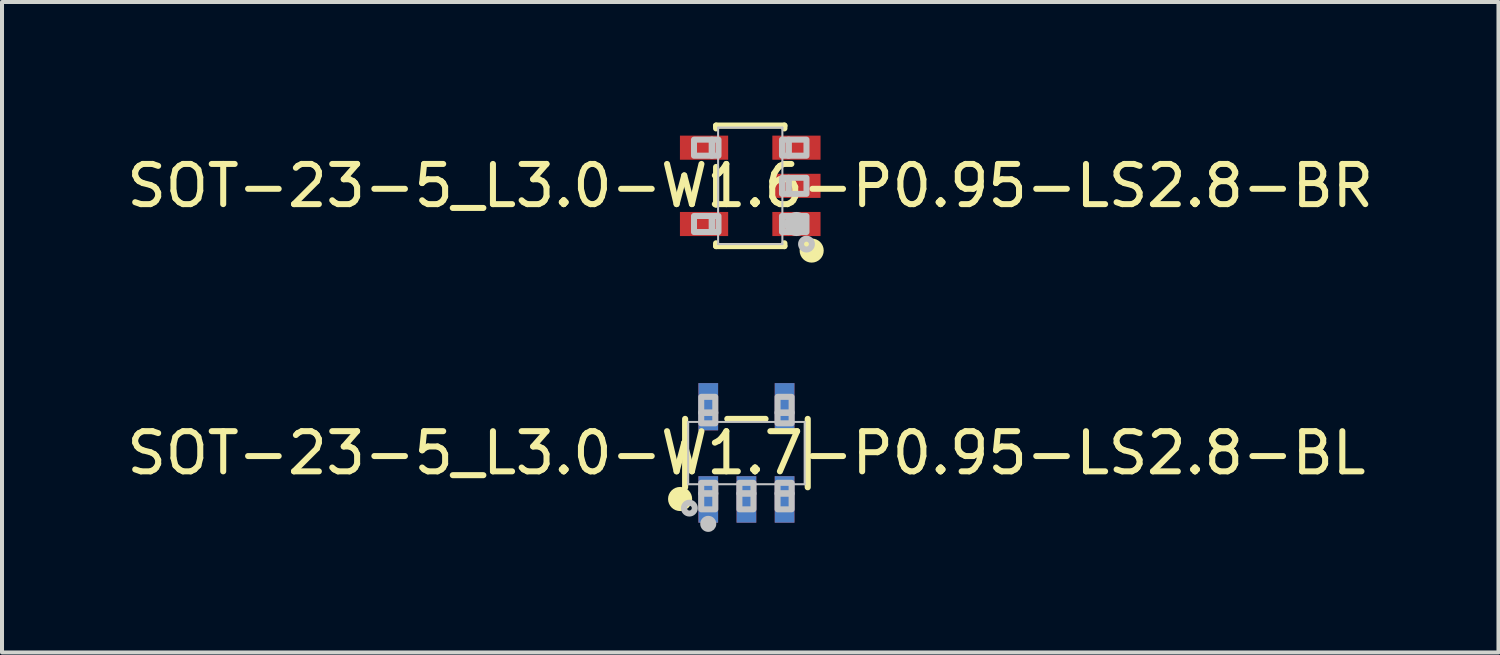
<source format=kicad_pcb>
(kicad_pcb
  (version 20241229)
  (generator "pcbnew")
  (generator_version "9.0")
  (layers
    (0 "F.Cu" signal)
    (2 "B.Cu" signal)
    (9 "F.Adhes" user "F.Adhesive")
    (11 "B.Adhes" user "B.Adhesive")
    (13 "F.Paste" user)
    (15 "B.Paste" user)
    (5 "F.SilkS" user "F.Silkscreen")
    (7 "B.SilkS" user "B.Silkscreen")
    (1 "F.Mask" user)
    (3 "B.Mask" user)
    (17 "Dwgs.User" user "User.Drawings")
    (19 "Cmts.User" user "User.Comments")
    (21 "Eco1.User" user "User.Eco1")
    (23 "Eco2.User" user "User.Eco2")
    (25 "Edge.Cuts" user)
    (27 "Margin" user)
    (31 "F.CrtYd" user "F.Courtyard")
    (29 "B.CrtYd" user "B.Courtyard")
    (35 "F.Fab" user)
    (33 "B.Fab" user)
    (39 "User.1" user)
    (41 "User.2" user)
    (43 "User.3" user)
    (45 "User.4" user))
  (footprint "SOT-23-5_L3.0-W1.7-P0.95-LS2.8-BL"
    (layer "F.Cu")
    (at 15.53 8.228)
    (property "Reference" "SOT-23-5_L3.0-W1.7-P0.95-LS2.8-BL" (at 0 0 0) (layer "F.SilkS") (effects (font (size 1 1) (thickness 0.15))))
    (fp_line (start -1.526 0.851) (end -1.526 -0.851) (stroke (width 0.152) (type solid)) (layer "F.SilkS"))
    (fp_line (start 0.476 -0.851) (end -0.476 -0.851) (stroke (width 0.152) (type solid)) (layer "F.SilkS"))
    (fp_line (start 1.526 0.851) (end 1.526 -0.851) (stroke (width 0.152) (type solid)) (layer "F.SilkS"))
    (fp_circle (center -1.651 1.143) (end -1.501 1.143) (stroke (width 0.3) (type solid)) (fill no) (layer "F.SilkS"))
    (fp_line (start -1.45 -0.775) (end 1.45 -0.775) (stroke (width 0.051) (type solid)) (layer "Dwgs.User"))
    (fp_line (start -1.45 0.775) (end -1.45 -0.775) (stroke (width 0.051) (type solid)) (layer "Dwgs.User"))
    (fp_line (start 1.45 -0.775) (end 1.45 0.775) (stroke (width 0.051) (type solid)) (layer "Dwgs.User"))
    (fp_line (start 1.45 0.775) (end -1.45 0.775) (stroke (width 0.051) (type solid)) (layer "Dwgs.User"))
    (fp_circle (center -1.42 1.37) (end -1.36 1.37) (stroke (width 0.15) (type solid)) (fill no) (layer "Dwgs.User"))
    (fp_circle (center -0.95 1.762) (end -0.85 1.762) (stroke (width 0.2) (type solid)) (fill no) (layer "Dwgs.User"))
    (fp_poly (pts (xy -1.125 -1) (xy -1.125 -1.4) (xy -0.775 -1.4) (xy -0.775 -1) (xy -1.125 -1)) (stroke (width 0.15) (type solid)) (fill no) (layer "Dwgs.User"))
    (fp_poly (pts (xy -1.125 -0.74) (xy -1.125 -1.01) (xy -0.775 -1.01) (xy -0.775 -0.74) (xy -1.125 -0.74)) (stroke (width 0.15) (type solid)) (fill no) (layer "Dwgs.User"))
    (fp_poly (pts (xy -1.125 1.01) (xy -1.125 0.74) (xy -0.775 0.74) (xy -0.775 1.01) (xy -1.125 1.01)) (stroke (width 0.15) (type solid)) (fill no) (layer "Dwgs.User"))
    (fp_poly (pts (xy -1.125 1.4) (xy -1.125 1) (xy -0.775 1) (xy -0.775 1.4) (xy -1.125 1.4)) (stroke (width 0.15) (type solid)) (fill no) (layer "Dwgs.User"))
    (fp_poly (pts (xy -0.175 1.01) (xy -0.175 0.74) (xy 0.175 0.74) (xy 0.175 1.01) (xy -0.175 1.01)) (stroke (width 0.15) (type solid)) (fill no) (layer "Dwgs.User"))
    (fp_poly (pts (xy -0.175 1.4) (xy -0.175 1) (xy 0.175 1) (xy 0.175 1.4) (xy -0.175 1.4)) (stroke (width 0.15) (type solid)) (fill no) (layer "Dwgs.User"))
    (fp_poly (pts (xy 0.775 -1) (xy 0.775 -1.4) (xy 1.125 -1.4) (xy 1.125 -1) (xy 0.775 -1)) (stroke (width 0.15) (type solid)) (fill no) (layer "Dwgs.User"))
    (fp_poly (pts (xy 0.775 -0.74) (xy 0.775 -1.01) (xy 1.125 -1.01) (xy 1.125 -0.74) (xy 0.775 -0.74)) (stroke (width 0.15) (type solid)) (fill no) (layer "Dwgs.User"))
    (fp_poly (pts (xy 0.775 1.01) (xy 0.775 0.74) (xy 1.125 0.74) (xy 1.125 1.01) (xy 0.775 1.01)) (stroke (width 0.15) (type solid)) (fill no) (layer "Dwgs.User"))
    (fp_poly (pts (xy 0.775 1.4) (xy 0.775 1) (xy 1.125 1) (xy 1.125 1.4) (xy 0.775 1.4)) (stroke (width 0.15) (type solid)) (fill no) (layer "Dwgs.User"))
    (pad "1" thru_hole rect (at -0.95 1.154) (size 0.49 1.157) (layers "F.Cu" "F.Mask" "F.Paste"))
    (pad "2" thru_hole rect (at 0 1.154) (size 0.49 1.157) (layers "F.Cu" "F.Mask" "F.Paste"))
    (pad "3" thru_hole rect (at 0.95 1.154) (size 0.49 1.157) (layers "F.Cu" "F.Mask" "F.Paste"))
    (pad "4" thru_hole rect (at 0.95 -1.154) (size 0.49 1.175) (layers "F.Cu" "F.Mask" "F.Paste"))
    (pad "5" thru_hole rect (at -0.95 -1.154) (size 0.49 1.175) (layers "F.Cu" "F.Mask" "F.Paste")))
  (footprint "SOT-23-5_L3.0-W1.6-P0.95-LS2.8-BR"
    (layer "F.Cu")
    (at 15.625 1.576)
    (property "Reference" "SOT-23-5_L3.0-W1.6-P0.95-LS2.8-BR" (at 0 0 0) (layer "F.SilkS") (effects (font (size 1 1) (thickness 0.15))))
    (fp_line (start -0.85 -1.5) (end 0.85 -1.5) (stroke (width 0.152) (type solid)) (layer "F.SilkS"))
    (fp_line (start -0.85 -1.43) (end -0.85 -1.5) (stroke (width 0.152) (type solid)) (layer "F.SilkS"))
    (fp_line (start -0.85 0.47) (end -0.85 -0.47) (stroke (width 0.152) (type solid)) (layer "F.SilkS"))
    (fp_line (start -0.85 1.5) (end -0.85 1.43) (stroke (width 0.152) (type solid)) (layer "F.SilkS"))
    (fp_line (start 0.85 -1.5) (end 0.85 -1.43) (stroke (width 0.152) (type solid)) (layer "F.SilkS"))
    (fp_line (start 0.85 1.43) (end 0.85 1.5) (stroke (width 0.152) (type solid)) (layer "F.SilkS"))
    (fp_line (start 0.85 1.5) (end -0.85 1.5) (stroke (width 0.152) (type solid)) (layer "F.SilkS"))
    (fp_circle (center 1.529 1.611) (end 1.679 1.611) (stroke (width 0.3) (type solid)) (fill no) (layer "F.SilkS"))
    (fp_line (start -0.8 -1.45) (end 0.8 -1.45) (stroke (width 0.051) (type solid)) (layer "Dwgs.User"))
    (fp_line (start -0.8 1.45) (end -0.8 -1.45) (stroke (width 0.051) (type solid)) (layer "Dwgs.User"))
    (fp_line (start 0.8 -1.45) (end 0.8 1.45) (stroke (width 0.051) (type solid)) (layer "Dwgs.User"))
    (fp_line (start 0.8 1.45) (end -0.8 1.45) (stroke (width 0.051) (type solid)) (layer "Dwgs.User"))
    (fp_circle (center 1.15 0.95) (end 1.3 0.95) (stroke (width 0.3) (type solid)) (fill no) (layer "Dwgs.User"))
    (fp_circle (center 1.4 1.45) (end 1.46 1.45) (stroke (width 0.15) (type solid)) (fill no) (layer "Dwgs.User"))
    (fp_poly (pts (xy -1.4 -0.75) (xy -1.4 -1.15) (xy -0.95 -1.15) (xy -0.95 -0.75) (xy -1.4 -0.75)) (stroke (width 0.15) (type solid)) (fill no) (layer "Dwgs.User"))
    (fp_poly (pts (xy -1.4 1.15) (xy -1.4 0.75) (xy -0.95 0.75) (xy -0.95 1.15) (xy -1.4 1.15)) (stroke (width 0.15) (type solid)) (fill no) (layer "Dwgs.User"))
    (fp_poly (pts (xy -0.96 -0.75) (xy -0.96 -1.15) (xy -0.79 -1.15) (xy -0.79 -0.75) (xy -0.96 -0.75)) (stroke (width 0.15) (type solid)) (fill no) (layer "Dwgs.User"))
    (fp_poly (pts (xy -0.96 1.15) (xy -0.96 0.75) (xy -0.79 0.75) (xy -0.79 1.15) (xy -0.96 1.15)) (stroke (width 0.15) (type solid)) (fill no) (layer "Dwgs.User"))
    (fp_poly (pts (xy 0.79 -0.75) (xy 0.79 -1.15) (xy 0.96 -1.15) (xy 0.96 -0.75) (xy 0.79 -0.75)) (stroke (width 0.15) (type solid)) (fill no) (layer "Dwgs.User"))
    (fp_poly (pts (xy 0.79 0.2) (xy 0.79 -0.2) (xy 0.96 -0.2) (xy 0.96 0.2) (xy 0.79 0.2)) (stroke (width 0.15) (type solid)) (fill no) (layer "Dwgs.User"))
    (fp_poly (pts (xy 0.79 1.15) (xy 0.79 0.75) (xy 0.96 0.75) (xy 0.96 1.15) (xy 0.79 1.15)) (stroke (width 0.15) (type solid)) (fill no) (layer "Dwgs.User"))
    (fp_poly (pts (xy 0.95 -0.75) (xy 0.95 -1.15) (xy 1.4 -1.15) (xy 1.4 -0.75) (xy 0.95 -0.75)) (stroke (width 0.15) (type solid)) (fill no) (layer "Dwgs.User"))
    (fp_poly (pts (xy 0.95 0.2) (xy 0.95 -0.2) (xy 1.4 -0.2) (xy 1.4 0.2) (xy 0.95 0.2)) (stroke (width 0.15) (type solid)) (fill no) (layer "Dwgs.User"))
    (fp_poly (pts (xy 0.95 1.15) (xy 0.95 0.75) (xy 1.4 0.75) (xy 1.4 1.15) (xy 0.95 1.15)) (stroke (width 0.15) (type solid)) (fill no) (layer "Dwgs.User"))
    (pad "1" smd rect (at 1.15 0.95 90) (size 0.6 1.2) (layers "F.Cu" "F.Mask" "F.Paste"))
    (pad "2" smd rect (at 1.15 0 90) (size 0.6 1.2) (layers "F.Cu" "F.Mask" "F.Paste"))
    (pad "3" smd rect (at 1.15 -0.95 90) (size 0.6 1.2) (layers "F.Cu" "F.Mask" "F.Paste"))
    (pad "4" smd rect (at -1.15 -0.95 90) (size 0.6 1.2) (layers "F.Cu" "F.Mask" "F.Paste"))
    (pad "5" smd rect (at -1.15 0.95 90) (size 0.6 1.2) (layers "F.Cu" "F.Mask" "F.Paste")))
  (gr_rect
    (start -3 -3)
    (end 34.25 13.191)
    (stroke (width 0.1) (type default))
    (fill no)
    (layer "Edge.Cuts")))
</source>
